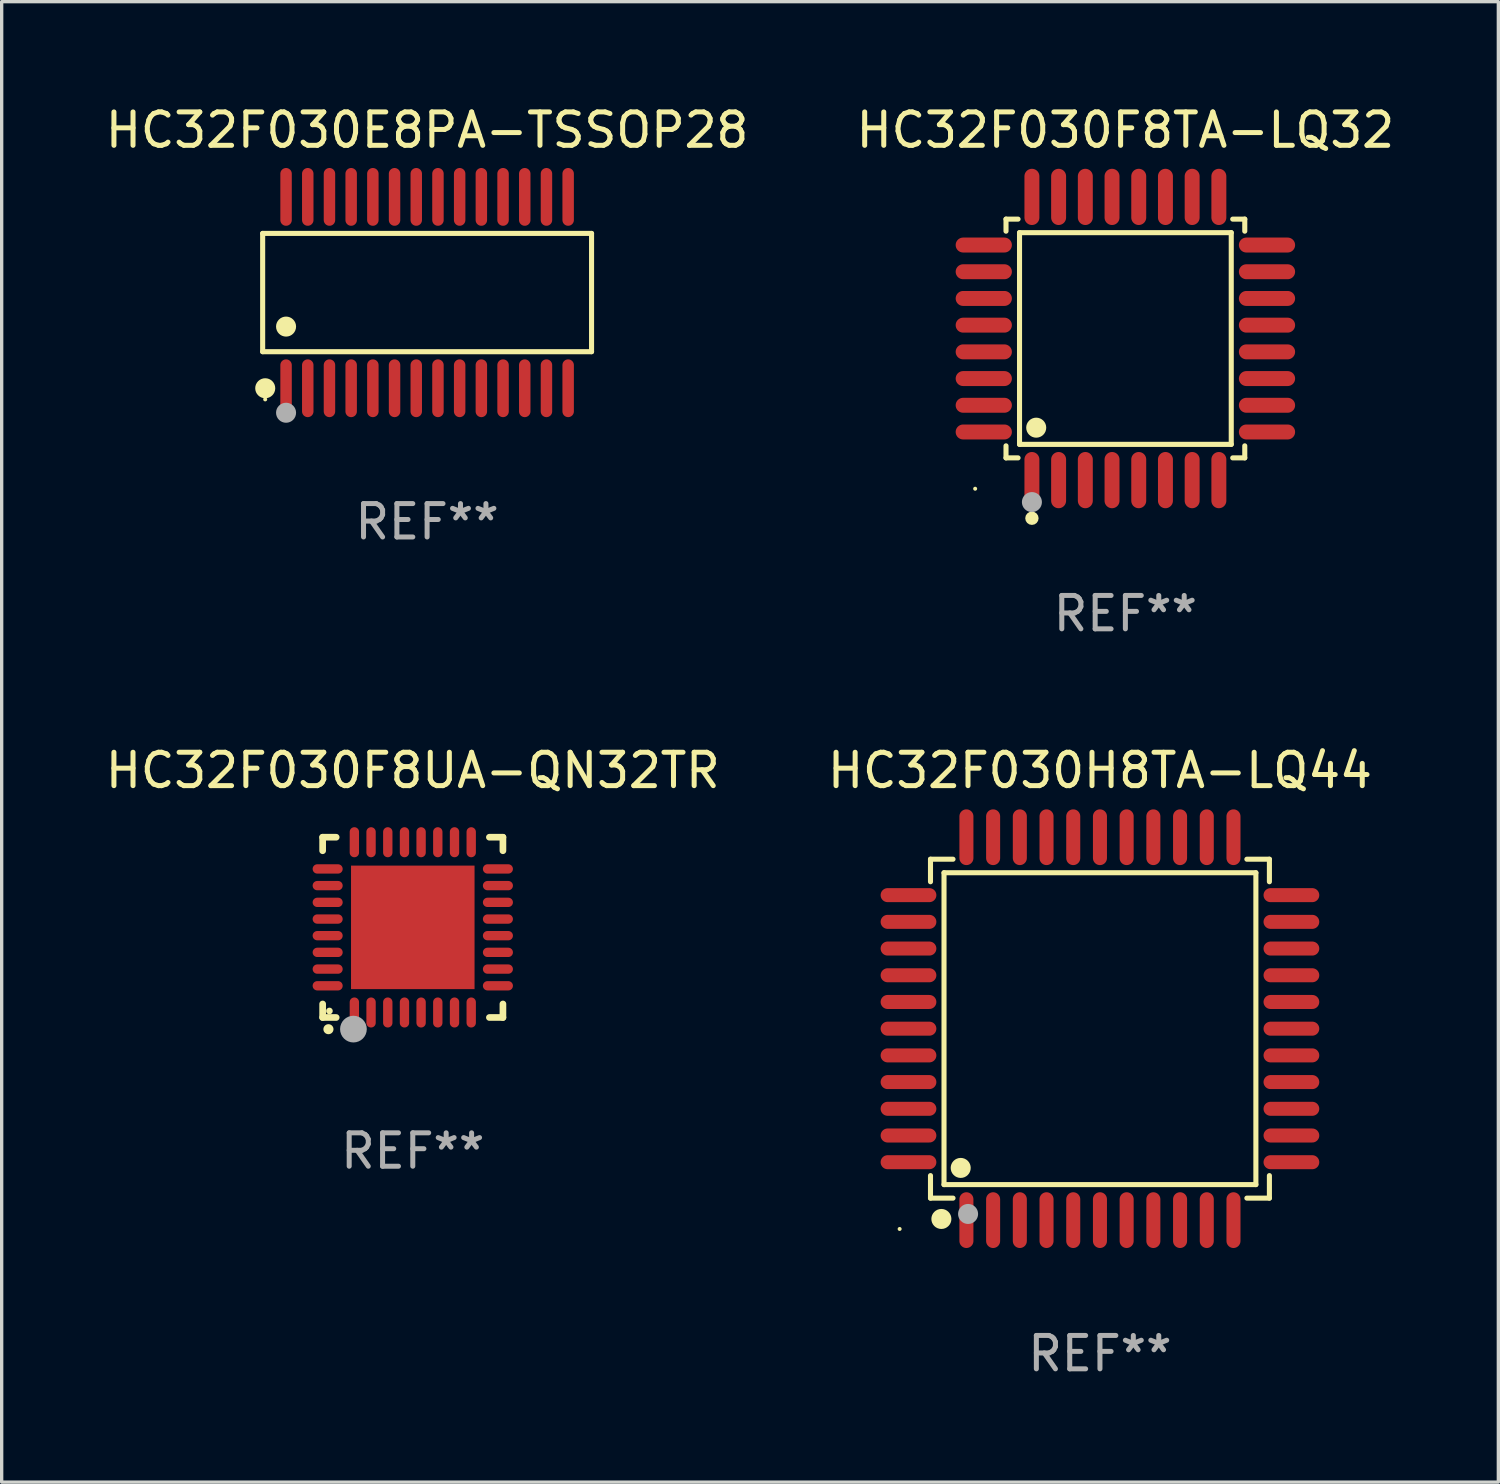
<source format=kicad_pcb>
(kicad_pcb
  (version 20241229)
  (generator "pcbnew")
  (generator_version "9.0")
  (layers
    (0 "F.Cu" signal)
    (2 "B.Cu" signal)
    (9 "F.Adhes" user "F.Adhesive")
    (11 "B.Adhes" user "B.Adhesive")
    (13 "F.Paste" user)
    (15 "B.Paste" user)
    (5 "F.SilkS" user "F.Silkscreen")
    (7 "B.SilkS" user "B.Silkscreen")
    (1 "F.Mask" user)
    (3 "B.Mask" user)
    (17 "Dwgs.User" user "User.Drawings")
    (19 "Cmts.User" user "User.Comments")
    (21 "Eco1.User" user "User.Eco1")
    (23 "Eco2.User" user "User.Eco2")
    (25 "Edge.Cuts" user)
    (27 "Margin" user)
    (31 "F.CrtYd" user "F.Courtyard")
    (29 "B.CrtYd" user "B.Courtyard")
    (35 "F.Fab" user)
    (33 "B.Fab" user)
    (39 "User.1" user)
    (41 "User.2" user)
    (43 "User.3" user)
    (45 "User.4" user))
  (footprint "HC32F030F8UA-QN32TR"
    (layer "F.Cu")
    (at 9.315 24.729)
    (property "Reference" "HC32F030F8UA-QN32TR" (at 0 -4.7 0) (layer "F.SilkS") (effects (font (size 1 1) (thickness 0.15))))
    (attr through_hole)
    (fp_line (start -2.7 -2.7) (end -2.295 -2.7) (stroke (width 0.2) (type solid)) (layer "F.SilkS"))
    (fp_line (start -2.7 -2.295) (end -2.7 -2.7) (stroke (width 0.2) (type solid)) (layer "F.SilkS"))
    (fp_line (start -2.7 2.7) (end -2.7 2.295) (stroke (width 0.2) (type solid)) (layer "F.SilkS"))
    (fp_line (start -2.295 2.7) (end -2.7 2.7) (stroke (width 0.2) (type solid)) (layer "F.SilkS"))
    (fp_line (start 2.295 2.7) (end 2.7 2.7) (stroke (width 0.2) (type solid)) (layer "F.SilkS"))
    (fp_line (start 2.7 -2.7) (end 2.295 -2.7) (stroke (width 0.2) (type solid)) (layer "F.SilkS"))
    (fp_line (start 2.7 -2.295) (end 2.7 -2.7) (stroke (width 0.2) (type solid)) (layer "F.SilkS"))
    (fp_line (start 2.7 2.7) (end 2.7 2.295) (stroke (width 0.2) (type solid)) (layer "F.SilkS"))
    (fp_arc (start -2.527889 3.050546) (mid -2.526619 3.050541) (end -2.525349 3.050546) (stroke (width 0.3) (type solid)) (layer "F.SilkS"))
    (fp_circle (center -2.497 2.505) (end -2.447 2.505) (stroke (width 0.1) (type solid)) (fill no) (layer "F.SilkS"))
    (fp_circle (center -1.778 3.048) (end -1.578 3.048) (stroke (width 0.4) (type solid)) (fill no) (layer "F.Fab"))
    (fp_text user "REF**" (at 0 6.7 0) (layer "F.Fab") (effects (font (size 1 1) (thickness 0.15))))
    (pad "1" smd oval (at -1.75 2.55) (size 0.28 0.9) (layers "F.Cu" "F.Mask" "F.Paste"))
    (pad "2" smd oval (at -1.25 2.55) (size 0.28 0.9) (layers "F.Cu" "F.Mask" "F.Paste"))
    (pad "3" smd oval (at -0.749 2.55) (size 0.28 0.9) (layers "F.Cu" "F.Mask" "F.Paste"))
    (pad "4" smd oval (at -0.249 2.55) (size 0.28 0.9) (layers "F.Cu" "F.Mask" "F.Paste"))
    (pad "5" smd oval (at 0.249 2.55) (size 0.28 0.9) (layers "F.Cu" "F.Mask" "F.Paste"))
    (pad "6" smd oval (at 0.749 2.55) (size 0.28 0.9) (layers "F.Cu" "F.Mask" "F.Paste"))
    (pad "7" smd oval (at 1.25 2.55) (size 0.28 0.9) (layers "F.Cu" "F.Mask" "F.Paste"))
    (pad "8" smd oval (at 1.75 2.55) (size 0.28 0.9) (layers "F.Cu" "F.Mask" "F.Paste"))
    (pad "9" smd oval (at 2.55 1.75) (size 0.9 0.28) (layers "F.Cu" "F.Mask" "F.Paste"))
    (pad "10" smd oval (at 2.55 1.25) (size 0.9 0.28) (layers "F.Cu" "F.Mask" "F.Paste"))
    (pad "11" smd oval (at 2.55 0.749) (size 0.9 0.28) (layers "F.Cu" "F.Mask" "F.Paste"))
    (pad "12" smd oval (at 2.55 0.249) (size 0.9 0.28) (layers "F.Cu" "F.Mask" "F.Paste"))
    (pad "13" smd oval (at 2.55 -0.249) (size 0.9 0.28) (layers "F.Cu" "F.Mask" "F.Paste"))
    (pad "14" smd oval (at 2.55 -0.749) (size 0.9 0.28) (layers "F.Cu" "F.Mask" "F.Paste"))
    (pad "15" smd oval (at 2.55 -1.25) (size 0.9 0.28) (layers "F.Cu" "F.Mask" "F.Paste"))
    (pad "16" smd oval (at 2.55 -1.75) (size 0.9 0.28) (layers "F.Cu" "F.Mask" "F.Paste"))
    (pad "17" smd oval (at 1.75 -2.55) (size 0.28 0.9) (layers "F.Cu" "F.Mask" "F.Paste"))
    (pad "18" smd oval (at 1.25 -2.55) (size 0.28 0.9) (layers "F.Cu" "F.Mask" "F.Paste"))
    (pad "19" smd oval (at 0.749 -2.55) (size 0.28 0.9) (layers "F.Cu" "F.Mask" "F.Paste"))
    (pad "20" smd oval (at 0.249 -2.55) (size 0.28 0.9) (layers "F.Cu" "F.Mask" "F.Paste"))
    (pad "21" smd oval (at -0.249 -2.55) (size 0.28 0.9) (layers "F.Cu" "F.Mask" "F.Paste"))
    (pad "22" smd oval (at -0.749 -2.55) (size 0.28 0.9) (layers "F.Cu" "F.Mask" "F.Paste"))
    (pad "23" smd oval (at -1.25 -2.55) (size 0.28 0.9) (layers "F.Cu" "F.Mask" "F.Paste"))
    (pad "24" smd oval (at -1.75 -2.55) (size 0.28 0.9) (layers "F.Cu" "F.Mask" "F.Paste"))
    (pad "25" smd oval (at -2.55 -1.75) (size 0.9 0.28) (layers "F.Cu" "F.Mask" "F.Paste"))
    (pad "26" smd oval (at -2.55 -1.25) (size 0.9 0.28) (layers "F.Cu" "F.Mask" "F.Paste"))
    (pad "27" smd oval (at -2.55 -0.749) (size 0.9 0.28) (layers "F.Cu" "F.Mask" "F.Paste"))
    (pad "28" smd oval (at -2.55 -0.249) (size 0.9 0.28) (layers "F.Cu" "F.Mask" "F.Paste"))
    (pad "29" smd oval (at -2.55 0.249) (size 0.9 0.28) (layers "F.Cu" "F.Mask" "F.Paste"))
    (pad "30" smd oval (at -2.55 0.749) (size 0.9 0.28) (layers "F.Cu" "F.Mask" "F.Paste"))
    (pad "31" smd oval (at -2.55 1.25) (size 0.9 0.28) (layers "F.Cu" "F.Mask" "F.Paste"))
    (pad "32" smd oval (at -2.55 1.75) (size 0.9 0.28) (layers "F.Cu" "F.Mask" "F.Paste"))
    (pad "33" smd rect (at 0.000076 0.000076) (size 3.7 3.7) (layers "F.Cu" "F.Mask" "F.Paste")))
  (footprint "HC32F030H8TA-LQ44"
    (layer "F.Cu")
    (at 29.899 27.764)
    (property "Reference" "HC32F030H8TA-LQ44" (at 0 -7.735 0) (layer "F.SilkS") (effects (font (size 1 1) (thickness 0.15))))
    (attr through_hole)
    (fp_line (start -5.076 -5.076) (end -4.401 -5.076) (stroke (width 0.152) (type solid)) (layer "F.SilkS"))
    (fp_line (start -5.076 -4.401) (end -5.076 -5.076) (stroke (width 0.152) (type solid)) (layer "F.SilkS"))
    (fp_line (start -5.076 4.401) (end -5.076 5.076) (stroke (width 0.152) (type solid)) (layer "F.SilkS"))
    (fp_line (start -5.076 5.076) (end -4.401 5.076) (stroke (width 0.152) (type solid)) (layer "F.SilkS"))
    (fp_line (start -4.671 -4.671) (end 4.671 -4.671) (stroke (width 0.152) (type solid)) (layer "F.SilkS"))
    (fp_line (start -4.671 4.671) (end -4.671 -4.671) (stroke (width 0.152) (type solid)) (layer "F.SilkS"))
    (fp_line (start 4.671 -4.671) (end 4.671 4.671) (stroke (width 0.152) (type solid)) (layer "F.SilkS"))
    (fp_line (start 4.671 4.671) (end -4.671 4.671) (stroke (width 0.152) (type solid)) (layer "F.SilkS"))
    (fp_line (start 5.076 -5.076) (end 4.401 -5.076) (stroke (width 0.152) (type solid)) (layer "F.SilkS"))
    (fp_line (start 5.076 -4.401) (end 5.076 -5.076) (stroke (width 0.152) (type solid)) (layer "F.SilkS"))
    (fp_line (start 5.076 4.401) (end 5.076 5.076) (stroke (width 0.152) (type solid)) (layer "F.SilkS"))
    (fp_line (start 5.076 5.076) (end 4.401 5.076) (stroke (width 0.152) (type solid)) (layer "F.SilkS"))
    (fp_circle (center -6 6) (end -5.97 6) (stroke (width 0.06) (type solid)) (fill no) (layer "F.SilkS"))
    (fp_circle (center -4.75 5.7) (end -4.6 5.7) (stroke (width 0.3) (type solid)) (fill no) (layer "F.SilkS"))
    (fp_circle (center -4.171 4.171) (end -4.021 4.171) (stroke (width 0.3) (type solid)) (fill no) (layer "F.SilkS"))
    (fp_circle (center -3.95 5.55) (end -3.8 5.55) (stroke (width 0.3) (type solid)) (fill no) (layer "F.Fab"))
    (fp_text user "REF**" (at 0 9.735 0) (layer "F.Fab") (effects (font (size 1 1) (thickness 0.15))))
    (pad "1" smd oval (at -4 5.735) (size 0.42 1.67) (layers "F.Cu" "F.Mask" "F.Paste"))
    (pad "2" smd oval (at -3.2 5.735) (size 0.42 1.67) (layers "F.Cu" "F.Mask" "F.Paste"))
    (pad "3" smd oval (at -2.4 5.735) (size 0.42 1.67) (layers "F.Cu" "F.Mask" "F.Paste"))
    (pad "4" smd oval (at -1.6 5.735) (size 0.42 1.67) (layers "F.Cu" "F.Mask" "F.Paste"))
    (pad "5" smd oval (at -0.8 5.735) (size 0.42 1.67) (layers "F.Cu" "F.Mask" "F.Paste"))
    (pad "6" smd oval (at 0 5.735) (size 0.42 1.67) (layers "F.Cu" "F.Mask" "F.Paste"))
    (pad "7" smd oval (at 0.8 5.735) (size 0.42 1.67) (layers "F.Cu" "F.Mask" "F.Paste"))
    (pad "8" smd oval (at 1.6 5.735) (size 0.42 1.67) (layers "F.Cu" "F.Mask" "F.Paste"))
    (pad "9" smd oval (at 2.4 5.735) (size 0.42 1.67) (layers "F.Cu" "F.Mask" "F.Paste"))
    (pad "10" smd oval (at 3.2 5.735) (size 0.42 1.67) (layers "F.Cu" "F.Mask" "F.Paste"))
    (pad "11" smd oval (at 4 5.735) (size 0.42 1.67) (layers "F.Cu" "F.Mask" "F.Paste"))
    (pad "12" smd oval (at 5.735 4) (size 1.67 0.42) (layers "F.Cu" "F.Mask" "F.Paste"))
    (pad "13" smd oval (at 5.735 3.2) (size 1.67 0.42) (layers "F.Cu" "F.Mask" "F.Paste"))
    (pad "14" smd oval (at 5.735 2.4) (size 1.67 0.42) (layers "F.Cu" "F.Mask" "F.Paste"))
    (pad "15" smd oval (at 5.735 1.6) (size 1.67 0.42) (layers "F.Cu" "F.Mask" "F.Paste"))
    (pad "16" smd oval (at 5.735 0.8) (size 1.67 0.42) (layers "F.Cu" "F.Mask" "F.Paste"))
    (pad "17" smd oval (at 5.735 0) (size 1.67 0.42) (layers "F.Cu" "F.Mask" "F.Paste"))
    (pad "18" smd oval (at 5.735 -0.8) (size 1.67 0.42) (layers "F.Cu" "F.Mask" "F.Paste"))
    (pad "19" smd oval (at 5.735 -1.6) (size 1.67 0.42) (layers "F.Cu" "F.Mask" "F.Paste"))
    (pad "20" smd oval (at 5.735 -2.4) (size 1.67 0.42) (layers "F.Cu" "F.Mask" "F.Paste"))
    (pad "21" smd oval (at 5.735 -3.2) (size 1.67 0.42) (layers "F.Cu" "F.Mask" "F.Paste"))
    (pad "22" smd oval (at 5.735 -4) (size 1.67 0.42) (layers "F.Cu" "F.Mask" "F.Paste"))
    (pad "23" smd oval (at 4 -5.735) (size 0.42 1.67) (layers "F.Cu" "F.Mask" "F.Paste"))
    (pad "24" smd oval (at 3.2 -5.735) (size 0.42 1.67) (layers "F.Cu" "F.Mask" "F.Paste"))
    (pad "25" smd oval (at 2.4 -5.735) (size 0.42 1.67) (layers "F.Cu" "F.Mask" "F.Paste"))
    (pad "26" smd oval (at 1.6 -5.735) (size 0.42 1.67) (layers "F.Cu" "F.Mask" "F.Paste"))
    (pad "27" smd oval (at 0.8 -5.735) (size 0.42 1.67) (layers "F.Cu" "F.Mask" "F.Paste"))
    (pad "28" smd oval (at 0 -5.735) (size 0.42 1.67) (layers "F.Cu" "F.Mask" "F.Paste"))
    (pad "29" smd oval (at -0.8 -5.735) (size 0.42 1.67) (layers "F.Cu" "F.Mask" "F.Paste"))
    (pad "30" smd oval (at -1.6 -5.735) (size 0.42 1.67) (layers "F.Cu" "F.Mask" "F.Paste"))
    (pad "31" smd oval (at -2.4 -5.735) (size 0.42 1.67) (layers "F.Cu" "F.Mask" "F.Paste"))
    (pad "32" smd oval (at -3.2 -5.735) (size 0.42 1.67) (layers "F.Cu" "F.Mask" "F.Paste"))
    (pad "33" smd oval (at -4 -5.735) (size 0.42 1.67) (layers "F.Cu" "F.Mask" "F.Paste"))
    (pad "34" smd oval (at -5.735 -4) (size 1.67 0.42) (layers "F.Cu" "F.Mask" "F.Paste"))
    (pad "35" smd oval (at -5.735 -3.2) (size 1.67 0.42) (layers "F.Cu" "F.Mask" "F.Paste"))
    (pad "36" smd oval (at -5.735 -2.4) (size 1.67 0.42) (layers "F.Cu" "F.Mask" "F.Paste"))
    (pad "37" smd oval (at -5.735 -1.6) (size 1.67 0.42) (layers "F.Cu" "F.Mask" "F.Paste"))
    (pad "38" smd oval (at -5.735 -0.8) (size 1.67 0.42) (layers "F.Cu" "F.Mask" "F.Paste"))
    (pad "39" smd oval (at -5.735 0) (size 1.67 0.42) (layers "F.Cu" "F.Mask" "F.Paste"))
    (pad "40" smd oval (at -5.735 0.8) (size 1.67 0.42) (layers "F.Cu" "F.Mask" "F.Paste"))
    (pad "41" smd oval (at -5.735 1.6) (size 1.67 0.42) (layers "F.Cu" "F.Mask" "F.Paste"))
    (pad "42" smd oval (at -5.735 2.4) (size 1.67 0.42) (layers "F.Cu" "F.Mask" "F.Paste"))
    (pad "43" smd oval (at -5.735 3.2) (size 1.67 0.42) (layers "F.Cu" "F.Mask" "F.Paste"))
    (pad "44" smd oval (at -5.735 4) (size 1.67 0.42) (layers "F.Cu" "F.Mask" "F.Paste")))
  (footprint "HC32F030F8TA-LQ32"
    (layer "F.Cu")
    (at 30.661 7.09)
    (property "Reference" "HC32F030F8TA-LQ32" (at 0 -6.242 0) (layer "F.SilkS") (effects (font (size 1 1) (thickness 0.15))))
    (attr through_hole)
    (fp_line (start -3.576 -3.576) (end -3.215 -3.576) (stroke (width 0.152) (type solid)) (layer "F.SilkS"))
    (fp_line (start -3.576 -3.215) (end -3.576 -3.576) (stroke (width 0.152) (type solid)) (layer "F.SilkS"))
    (fp_line (start -3.576 3.215) (end -3.576 3.576) (stroke (width 0.152) (type solid)) (layer "F.SilkS"))
    (fp_line (start -3.576 3.576) (end -3.215 3.576) (stroke (width 0.152) (type solid)) (layer "F.SilkS"))
    (fp_line (start -3.171 -3.171) (end 3.171 -3.171) (stroke (width 0.152) (type solid)) (layer "F.SilkS"))
    (fp_line (start -3.171 3.171) (end -3.171 -3.171) (stroke (width 0.152) (type solid)) (layer "F.SilkS"))
    (fp_line (start 3.171 -3.171) (end 3.171 3.171) (stroke (width 0.152) (type solid)) (layer "F.SilkS"))
    (fp_line (start 3.171 3.171) (end -3.171 3.171) (stroke (width 0.152) (type solid)) (layer "F.SilkS"))
    (fp_line (start 3.576 -3.576) (end 3.215 -3.576) (stroke (width 0.152) (type solid)) (layer "F.SilkS"))
    (fp_line (start 3.576 -3.215) (end 3.576 -3.576) (stroke (width 0.152) (type solid)) (layer "F.SilkS"))
    (fp_line (start 3.576 3.215) (end 3.576 3.576) (stroke (width 0.152) (type solid)) (layer "F.SilkS"))
    (fp_line (start 3.576 3.576) (end 3.215 3.576) (stroke (width 0.152) (type solid)) (layer "F.SilkS"))
    (fp_circle (center -4.5 4.5) (end -4.47 4.5) (stroke (width 0.06) (type solid)) (fill no) (layer "F.SilkS"))
    (fp_circle (center -2.8 5.384) (end -2.7 5.384) (stroke (width 0.2) (type solid)) (fill no) (layer "F.SilkS"))
    (fp_circle (center -2.671 2.671) (end -2.521 2.671) (stroke (width 0.3) (type solid)) (fill no) (layer "F.SilkS"))
    (fp_circle (center -2.8 4.9) (end -2.65 4.9) (stroke (width 0.3) (type solid)) (fill no) (layer "F.Fab"))
    (fp_text user "REF**" (at 0 8.242 0) (layer "F.Fab") (effects (font (size 1 1) (thickness 0.15))))
    (pad "1" smd oval (at -2.8 4.242) (size 0.448 1.684) (layers "F.Cu" "F.Mask" "F.Paste"))
    (pad "2" smd oval (at -2 4.242) (size 0.448 1.684) (layers "F.Cu" "F.Mask" "F.Paste"))
    (pad "3" smd oval (at -1.2 4.242) (size 0.448 1.684) (layers "F.Cu" "F.Mask" "F.Paste"))
    (pad "4" smd oval (at -0.4 4.242) (size 0.448 1.684) (layers "F.Cu" "F.Mask" "F.Paste"))
    (pad "5" smd oval (at 0.4 4.242) (size 0.448 1.684) (layers "F.Cu" "F.Mask" "F.Paste"))
    (pad "6" smd oval (at 1.2 4.242) (size 0.448 1.684) (layers "F.Cu" "F.Mask" "F.Paste"))
    (pad "7" smd oval (at 2 4.242) (size 0.448 1.684) (layers "F.Cu" "F.Mask" "F.Paste"))
    (pad "8" smd oval (at 2.8 4.242) (size 0.448 1.684) (layers "F.Cu" "F.Mask" "F.Paste"))
    (pad "9" smd oval (at 4.242 2.8) (size 1.684 0.448) (layers "F.Cu" "F.Mask" "F.Paste"))
    (pad "10" smd oval (at 4.242 2) (size 1.684 0.448) (layers "F.Cu" "F.Mask" "F.Paste"))
    (pad "11" smd oval (at 4.242 1.2) (size 1.684 0.448) (layers "F.Cu" "F.Mask" "F.Paste"))
    (pad "12" smd oval (at 4.242 0.4) (size 1.684 0.448) (layers "F.Cu" "F.Mask" "F.Paste"))
    (pad "13" smd oval (at 4.242 -0.4) (size 1.684 0.448) (layers "F.Cu" "F.Mask" "F.Paste"))
    (pad "14" smd oval (at 4.242 -1.2) (size 1.684 0.448) (layers "F.Cu" "F.Mask" "F.Paste"))
    (pad "15" smd oval (at 4.242 -2) (size 1.684 0.448) (layers "F.Cu" "F.Mask" "F.Paste"))
    (pad "16" smd oval (at 4.242 -2.8) (size 1.684 0.448) (layers "F.Cu" "F.Mask" "F.Paste"))
    (pad "17" smd oval (at 2.8 -4.242) (size 0.448 1.684) (layers "F.Cu" "F.Mask" "F.Paste"))
    (pad "18" smd oval (at 2 -4.242) (size 0.448 1.684) (layers "F.Cu" "F.Mask" "F.Paste"))
    (pad "19" smd oval (at 1.2 -4.242) (size 0.448 1.684) (layers "F.Cu" "F.Mask" "F.Paste"))
    (pad "20" smd oval (at 0.4 -4.242) (size 0.448 1.684) (layers "F.Cu" "F.Mask" "F.Paste"))
    (pad "21" smd oval (at -0.4 -4.242) (size 0.448 1.684) (layers "F.Cu" "F.Mask" "F.Paste"))
    (pad "22" smd oval (at -1.2 -4.242) (size 0.448 1.684) (layers "F.Cu" "F.Mask" "F.Paste"))
    (pad "23" smd oval (at -2 -4.242) (size 0.448 1.684) (layers "F.Cu" "F.Mask" "F.Paste"))
    (pad "24" smd oval (at -2.8 -4.242) (size 0.448 1.684) (layers "F.Cu" "F.Mask" "F.Paste"))
    (pad "25" smd oval (at -4.242 -2.8) (size 1.684 0.448) (layers "F.Cu" "F.Mask" "F.Paste"))
    (pad "26" smd oval (at -4.242 -2) (size 1.684 0.448) (layers "F.Cu" "F.Mask" "F.Paste"))
    (pad "27" smd oval (at -4.242 -1.2) (size 1.684 0.448) (layers "F.Cu" "F.Mask" "F.Paste"))
    (pad "28" smd oval (at -4.242 -0.4) (size 1.684 0.448) (layers "F.Cu" "F.Mask" "F.Paste"))
    (pad "29" smd oval (at -4.242 0.4) (size 1.684 0.448) (layers "F.Cu" "F.Mask" "F.Paste"))
    (pad "30" smd oval (at -4.242 1.2) (size 1.684 0.448) (layers "F.Cu" "F.Mask" "F.Paste"))
    (pad "31" smd oval (at -4.242 2) (size 1.684 0.448) (layers "F.Cu" "F.Mask" "F.Paste"))
    (pad "32" smd oval (at -4.242 2.8) (size 1.684 0.448) (layers "F.Cu" "F.Mask" "F.Paste")))
  (footprint "HC32F030E8PA-TSSOP28"
    (layer "F.Cu")
    (at 9.744 5.714)
    (property "Reference" "HC32F030E8PA-TSSOP28" (at 0 -4.866 0) (layer "F.SilkS") (effects (font (size 1 1) (thickness 0.15))))
    (attr through_hole)
    (fp_line (start -4.926 -1.772) (end 4.926 -1.772) (stroke (width 0.152) (type solid)) (layer "F.SilkS"))
    (fp_line (start -4.926 1.771) (end -4.926 -1.772) (stroke (width 0.152) (type solid)) (layer "F.SilkS"))
    (fp_line (start 4.926 -1.772) (end 4.926 1.771) (stroke (width 0.152) (type solid)) (layer "F.SilkS"))
    (fp_line (start 4.926 1.771) (end -4.926 1.771) (stroke (width 0.152) (type solid)) (layer "F.SilkS"))
    (fp_circle (center -4.85 3.2) (end -4.82 3.2) (stroke (width 0.06) (type solid)) (fill no) (layer "F.SilkS"))
    (fp_circle (center -4.849 2.866) (end -4.699 2.866) (stroke (width 0.3) (type solid)) (fill no) (layer "F.SilkS"))
    (fp_circle (center -4.225 1.019) (end -4.075 1.019) (stroke (width 0.3) (type solid)) (fill no) (layer "F.SilkS"))
    (fp_circle (center -4.225 3.6) (end -4.075 3.6) (stroke (width 0.3) (type solid)) (fill no) (layer "F.Fab"))
    (fp_text user "REF**" (at 0 6.866 0) (layer "F.Fab") (effects (font (size 1 1) (thickness 0.15))))
    (pad "1" smd oval (at -4.225 2.866) (size 0.343 1.731) (layers "F.Cu" "F.Mask" "F.Paste"))
    (pad "2" smd oval (at -3.575 2.866) (size 0.343 1.731) (layers "F.Cu" "F.Mask" "F.Paste"))
    (pad "3" smd oval (at -2.925 2.866) (size 0.343 1.731) (layers "F.Cu" "F.Mask" "F.Paste"))
    (pad "4" smd oval (at -2.275 2.866) (size 0.343 1.731) (layers "F.Cu" "F.Mask" "F.Paste"))
    (pad "5" smd oval (at -1.625 2.866) (size 0.343 1.731) (layers "F.Cu" "F.Mask" "F.Paste"))
    (pad "6" smd oval (at -0.975 2.866) (size 0.343 1.731) (layers "F.Cu" "F.Mask" "F.Paste"))
    (pad "7" smd oval (at -0.325 2.866) (size 0.343 1.731) (layers "F.Cu" "F.Mask" "F.Paste"))
    (pad "8" smd oval (at 0.325 2.866) (size 0.343 1.731) (layers "F.Cu" "F.Mask" "F.Paste"))
    (pad "9" smd oval (at 0.975 2.866) (size 0.343 1.731) (layers "F.Cu" "F.Mask" "F.Paste"))
    (pad "10" smd oval (at 1.625 2.866) (size 0.343 1.731) (layers "F.Cu" "F.Mask" "F.Paste"))
    (pad "11" smd oval (at 2.275 2.866) (size 0.343 1.731) (layers "F.Cu" "F.Mask" "F.Paste"))
    (pad "12" smd oval (at 2.925 2.866) (size 0.343 1.731) (layers "F.Cu" "F.Mask" "F.Paste"))
    (pad "13" smd oval (at 3.575 2.866) (size 0.343 1.731) (layers "F.Cu" "F.Mask" "F.Paste"))
    (pad "14" smd oval (at 4.225 2.866) (size 0.343 1.731) (layers "F.Cu" "F.Mask" "F.Paste"))
    (pad "15" smd oval (at 4.225 -2.866) (size 0.343 1.731) (layers "F.Cu" "F.Mask" "F.Paste"))
    (pad "16" smd oval (at 3.575 -2.866) (size 0.343 1.731) (layers "F.Cu" "F.Mask" "F.Paste"))
    (pad "17" smd oval (at 2.925 -2.866) (size 0.343 1.731) (layers "F.Cu" "F.Mask" "F.Paste"))
    (pad "18" smd oval (at 2.275 -2.866) (size 0.343 1.731) (layers "F.Cu" "F.Mask" "F.Paste"))
    (pad "19" smd oval (at 1.625 -2.866) (size 0.343 1.731) (layers "F.Cu" "F.Mask" "F.Paste"))
    (pad "20" smd oval (at 0.975 -2.866) (size 0.343 1.731) (layers "F.Cu" "F.Mask" "F.Paste"))
    (pad "21" smd oval (at 0.325 -2.866) (size 0.343 1.731) (layers "F.Cu" "F.Mask" "F.Paste"))
    (pad "22" smd oval (at -0.325 -2.866) (size 0.343 1.731) (layers "F.Cu" "F.Mask" "F.Paste"))
    (pad "23" smd oval (at -0.975 -2.866) (size 0.343 1.731) (layers "F.Cu" "F.Mask" "F.Paste"))
    (pad "24" smd oval (at -1.625 -2.866) (size 0.343 1.731) (layers "F.Cu" "F.Mask" "F.Paste"))
    (pad "25" smd oval (at -2.275 -2.866) (size 0.343 1.731) (layers "F.Cu" "F.Mask" "F.Paste"))
    (pad "26" smd oval (at -2.925 -2.866) (size 0.343 1.731) (layers "F.Cu" "F.Mask" "F.Paste"))
    (pad "27" smd oval (at -3.575 -2.866) (size 0.343 1.731) (layers "F.Cu" "F.Mask" "F.Paste"))
    (pad "28" smd oval (at -4.225 -2.866) (size 0.343 1.731) (layers "F.Cu" "F.Mask" "F.Paste")))
  (gr_rect
    (start -3 -3)
    (end 41.833 41.347)
    (stroke (width 0.1) (type default))
    (fill no)
    (layer "Edge.Cuts")))
</source>
